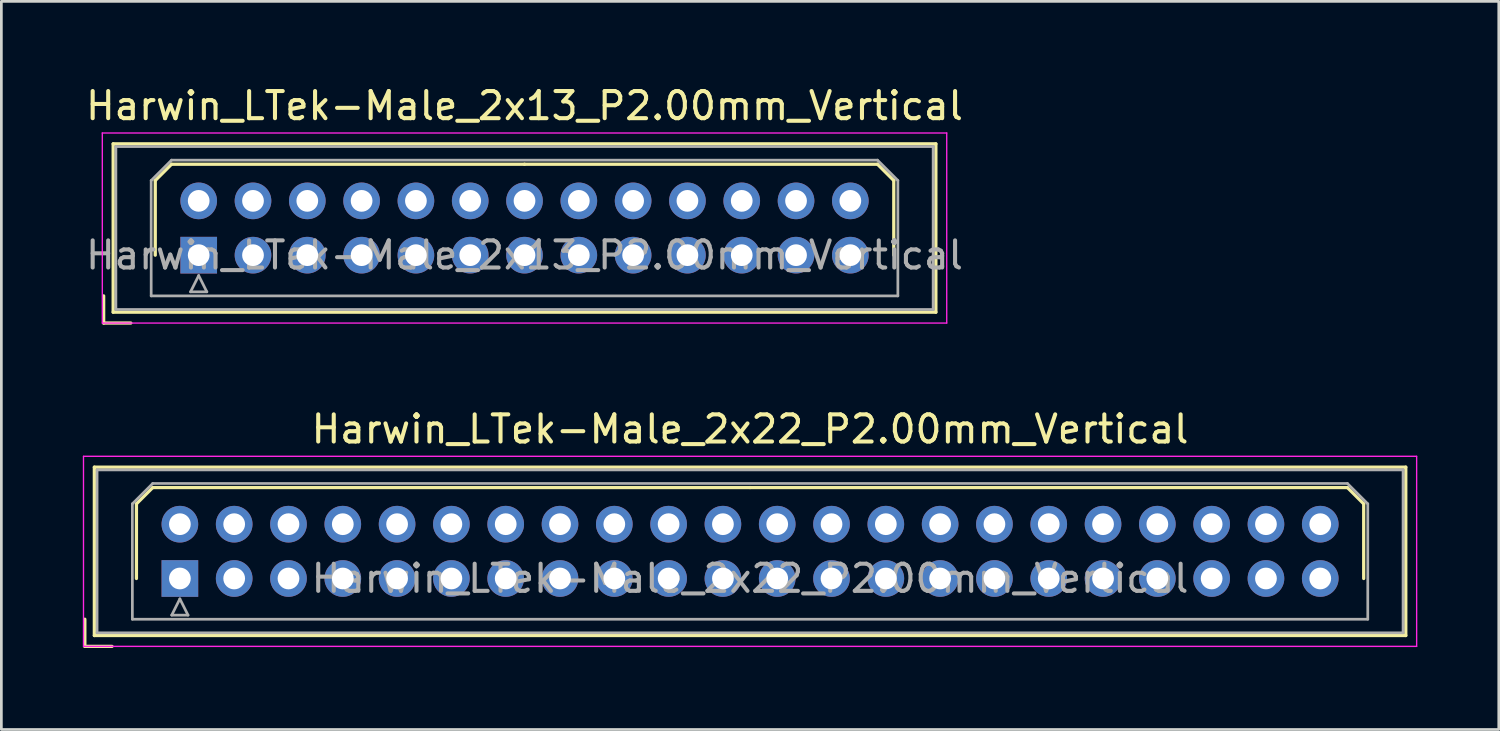
<source format=kicad_pcb>
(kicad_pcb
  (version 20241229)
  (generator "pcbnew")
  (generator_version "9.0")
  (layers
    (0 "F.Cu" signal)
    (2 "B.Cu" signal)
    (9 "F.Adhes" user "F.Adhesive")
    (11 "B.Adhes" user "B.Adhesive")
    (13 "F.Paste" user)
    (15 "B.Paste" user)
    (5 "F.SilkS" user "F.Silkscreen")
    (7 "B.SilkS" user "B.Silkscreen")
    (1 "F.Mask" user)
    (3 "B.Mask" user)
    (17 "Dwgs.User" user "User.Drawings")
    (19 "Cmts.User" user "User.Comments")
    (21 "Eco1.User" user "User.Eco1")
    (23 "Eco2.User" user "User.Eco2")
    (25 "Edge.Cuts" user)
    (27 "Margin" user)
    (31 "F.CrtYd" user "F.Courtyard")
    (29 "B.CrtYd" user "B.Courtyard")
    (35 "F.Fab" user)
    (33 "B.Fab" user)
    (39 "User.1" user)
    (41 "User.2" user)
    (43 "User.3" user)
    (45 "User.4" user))
  (footprint "Harwin_LTek-Male_2x22_P2.00mm_Vertical"
    (layer "F.Cu")
    (at 3.575 18.256)
    (property "Reference" "Harwin_LTek-Male_2x22_P2.00mm_Vertical" (at 21 -5.5 0) (layer "F.SilkS") (effects (font (size 1 1) (thickness 0.15))))
    (attr through_hole)
    (fp_line (start -3.5 1.5) (end -3.5 2.5) (stroke (width 0.12) (type solid)) (layer "F.SilkS"))
    (fp_line (start -3.5 2.5) (end -2.5 2.5) (stroke (width 0.12) (type solid)) (layer "F.SilkS"))
    (fp_line (start -3.15 -4.1) (end -3.15 2.1) (stroke (width 0.12) (type solid)) (layer "F.SilkS"))
    (fp_line (start -3.15 2.1) (end 45.15 2.1) (stroke (width 0.12) (type solid)) (layer "F.SilkS"))
    (fp_line (start -1.6 -2.75) (end -1 -3.35) (stroke (width 0.12) (type solid)) (layer "F.SilkS"))
    (fp_line (start -1.6 0) (end -1.6 -2.75) (stroke (width 0.12) (type solid)) (layer "F.SilkS"))
    (fp_line (start -1 -3.35) (end 21 -3.35) (stroke (width 0.12) (type solid)) (layer "F.SilkS"))
    (fp_line (start 43 -3.35) (end 21 -3.35) (stroke (width 0.12) (type solid)) (layer "F.SilkS"))
    (fp_line (start 43.6 -2.75) (end 43 -3.35) (stroke (width 0.12) (type solid)) (layer "F.SilkS"))
    (fp_line (start 43.6 0) (end 43.6 -2.75) (stroke (width 0.12) (type solid)) (layer "F.SilkS"))
    (fp_line (start 45.15 -4.1) (end -3.15 -4.1) (stroke (width 0.12) (type solid)) (layer "F.SilkS"))
    (fp_line (start 45.15 2.1) (end 45.15 -4.1) (stroke (width 0.12) (type solid)) (layer "F.SilkS"))
    (fp_line (start -3.55 -4.5) (end -3.55 2.5) (stroke (width 0.05) (type solid)) (layer "F.CrtYd"))
    (fp_line (start -3.55 2.5) (end 45.55 2.5) (stroke (width 0.05) (type solid)) (layer "F.CrtYd"))
    (fp_line (start 45.55 -4.5) (end -3.55 -4.5) (stroke (width 0.05) (type solid)) (layer "F.CrtYd"))
    (fp_line (start 45.55 2.5) (end 45.55 -4.5) (stroke (width 0.05) (type solid)) (layer "F.CrtYd"))
    (fp_line (start -3.05 -4) (end -3.05 2) (stroke (width 0.1) (type solid)) (layer "F.Fab"))
    (fp_line (start -3.05 2) (end 45.05 2) (stroke (width 0.1) (type solid)) (layer "F.Fab"))
    (fp_line (start -1.75 -2.75) (end -1 -3.5) (stroke (width 0.1) (type solid)) (layer "F.Fab"))
    (fp_line (start -1.75 1.5) (end -1.75 -2.75) (stroke (width 0.1) (type solid)) (layer "F.Fab"))
    (fp_line (start -1 -3.5) (end 43 -3.5) (stroke (width 0.1) (type solid)) (layer "F.Fab"))
    (fp_line (start -0.3 1.35) (end 0.3 1.35) (stroke (width 0.1) (type solid)) (layer "F.Fab"))
    (fp_line (start 0 0.75) (end -0.3 1.35) (stroke (width 0.1) (type solid)) (layer "F.Fab"))
    (fp_line (start 0.3 1.35) (end 0 0.75) (stroke (width 0.1) (type solid)) (layer "F.Fab"))
    (fp_line (start 43 -3.5) (end 43.75 -2.75) (stroke (width 0.1) (type solid)) (layer "F.Fab"))
    (fp_line (start 43.75 -2.75) (end 43.75 1.5) (stroke (width 0.1) (type solid)) (layer "F.Fab"))
    (fp_line (start 43.75 1.5) (end -1.75 1.5) (stroke (width 0.1) (type solid)) (layer "F.Fab"))
    (fp_line (start 45.05 -4) (end -3.05 -4) (stroke (width 0.1) (type solid)) (layer "F.Fab"))
    (fp_line (start 45.05 2) (end 45.05 -4) (stroke (width 0.1) (type solid)) (layer "F.Fab"))
    (fp_text user "${REFERENCE}" (at 21 0 0) (layer "F.Fab") (effects (font (size 1 1) (thickness 0.15))))
    (pad "1" thru_hole rect (at 0 0) (size 1.35 1.35) (drill 0.8) (layers "*.Cu" "*.Mask"))
    (pad "2" thru_hole circle (at 0 -2) (size 1.35 1.35) (drill 0.8) (layers "*.Cu" "*.Mask"))
    (pad "3" thru_hole circle (at 2 0) (size 1.35 1.35) (drill 0.8) (layers "*.Cu" "*.Mask"))
    (pad "4" thru_hole circle (at 2 -2) (size 1.35 1.35) (drill 0.8) (layers "*.Cu" "*.Mask"))
    (pad "5" thru_hole circle (at 4 0) (size 1.35 1.35) (drill 0.8) (layers "*.Cu" "*.Mask"))
    (pad "6" thru_hole circle (at 4 -2) (size 1.35 1.35) (drill 0.8) (layers "*.Cu" "*.Mask"))
    (pad "7" thru_hole circle (at 6 0) (size 1.35 1.35) (drill 0.8) (layers "*.Cu" "*.Mask"))
    (pad "8" thru_hole circle (at 6 -2) (size 1.35 1.35) (drill 0.8) (layers "*.Cu" "*.Mask"))
    (pad "9" thru_hole circle (at 8 0) (size 1.35 1.35) (drill 0.8) (layers "*.Cu" "*.Mask"))
    (pad "10" thru_hole circle (at 8 -2) (size 1.35 1.35) (drill 0.8) (layers "*.Cu" "*.Mask"))
    (pad "11" thru_hole circle (at 10 0) (size 1.35 1.35) (drill 0.8) (layers "*.Cu" "*.Mask"))
    (pad "12" thru_hole circle (at 10 -2) (size 1.35 1.35) (drill 0.8) (layers "*.Cu" "*.Mask"))
    (pad "13" thru_hole circle (at 12 0) (size 1.35 1.35) (drill 0.8) (layers "*.Cu" "*.Mask"))
    (pad "14" thru_hole circle (at 12 -2) (size 1.35 1.35) (drill 0.8) (layers "*.Cu" "*.Mask"))
    (pad "15" thru_hole circle (at 14 0) (size 1.35 1.35) (drill 0.8) (layers "*.Cu" "*.Mask"))
    (pad "16" thru_hole circle (at 14 -2) (size 1.35 1.35) (drill 0.8) (layers "*.Cu" "*.Mask"))
    (pad "17" thru_hole circle (at 16 0) (size 1.35 1.35) (drill 0.8) (layers "*.Cu" "*.Mask"))
    (pad "18" thru_hole circle (at 16 -2) (size 1.35 1.35) (drill 0.8) (layers "*.Cu" "*.Mask"))
    (pad "19" thru_hole circle (at 18 0) (size 1.35 1.35) (drill 0.8) (layers "*.Cu" "*.Mask"))
    (pad "20" thru_hole circle (at 18 -2) (size 1.35 1.35) (drill 0.8) (layers "*.Cu" "*.Mask"))
    (pad "21" thru_hole circle (at 20 0) (size 1.35 1.35) (drill 0.8) (layers "*.Cu" "*.Mask"))
    (pad "22" thru_hole circle (at 20 -2) (size 1.35 1.35) (drill 0.8) (layers "*.Cu" "*.Mask"))
    (pad "23" thru_hole circle (at 22 0) (size 1.35 1.35) (drill 0.8) (layers "*.Cu" "*.Mask"))
    (pad "24" thru_hole circle (at 22 -2) (size 1.35 1.35) (drill 0.8) (layers "*.Cu" "*.Mask"))
    (pad "25" thru_hole circle (at 24 0) (size 1.35 1.35) (drill 0.8) (layers "*.Cu" "*.Mask"))
    (pad "26" thru_hole circle (at 24 -2) (size 1.35 1.35) (drill 0.8) (layers "*.Cu" "*.Mask"))
    (pad "27" thru_hole circle (at 26 0) (size 1.35 1.35) (drill 0.8) (layers "*.Cu" "*.Mask"))
    (pad "28" thru_hole circle (at 26 -2) (size 1.35 1.35) (drill 0.8) (layers "*.Cu" "*.Mask"))
    (pad "29" thru_hole circle (at 28 0) (size 1.35 1.35) (drill 0.8) (layers "*.Cu" "*.Mask"))
    (pad "30" thru_hole circle (at 28 -2) (size 1.35 1.35) (drill 0.8) (layers "*.Cu" "*.Mask"))
    (pad "31" thru_hole circle (at 30 0) (size 1.35 1.35) (drill 0.8) (layers "*.Cu" "*.Mask"))
    (pad "32" thru_hole circle (at 30 -2) (size 1.35 1.35) (drill 0.8) (layers "*.Cu" "*.Mask"))
    (pad "33" thru_hole circle (at 32 0) (size 1.35 1.35) (drill 0.8) (layers "*.Cu" "*.Mask"))
    (pad "34" thru_hole circle (at 32 -2) (size 1.35 1.35) (drill 0.8) (layers "*.Cu" "*.Mask"))
    (pad "35" thru_hole circle (at 34 0) (size 1.35 1.35) (drill 0.8) (layers "*.Cu" "*.Mask"))
    (pad "36" thru_hole circle (at 34 -2) (size 1.35 1.35) (drill 0.8) (layers "*.Cu" "*.Mask"))
    (pad "37" thru_hole circle (at 36 0) (size 1.35 1.35) (drill 0.8) (layers "*.Cu" "*.Mask"))
    (pad "38" thru_hole circle (at 36 -2) (size 1.35 1.35) (drill 0.8) (layers "*.Cu" "*.Mask"))
    (pad "39" thru_hole circle (at 38 0) (size 1.35 1.35) (drill 0.8) (layers "*.Cu" "*.Mask"))
    (pad "40" thru_hole circle (at 38 -2) (size 1.35 1.35) (drill 0.8) (layers "*.Cu" "*.Mask"))
    (pad "41" thru_hole circle (at 40 0) (size 1.35 1.35) (drill 0.8) (layers "*.Cu" "*.Mask"))
    (pad "42" thru_hole circle (at 40 -2) (size 1.35 1.35) (drill 0.8) (layers "*.Cu" "*.Mask"))
    (pad "43" thru_hole circle (at 42 0) (size 1.35 1.35) (drill 0.8) (layers "*.Cu" "*.Mask"))
    (pad "44" thru_hole circle (at 42 -2) (size 1.35 1.35) (drill 0.8) (layers "*.Cu" "*.Mask")))
  (footprint "Harwin_LTek-Male_2x13_P2.00mm_Vertical"
    (layer "F.Cu")
    (at 4.268 6.348)
    (property "Reference" "Harwin_LTek-Male_2x13_P2.00mm_Vertical" (at 12 -5.5 0) (layer "F.SilkS") (effects (font (size 1 1) (thickness 0.15))))
    (attr through_hole)
    (fp_line (start -3.5 1.5) (end -3.5 2.5) (stroke (width 0.12) (type solid)) (layer "F.SilkS"))
    (fp_line (start -3.5 2.5) (end -2.5 2.5) (stroke (width 0.12) (type solid)) (layer "F.SilkS"))
    (fp_line (start -3.15 -4.1) (end -3.15 2.1) (stroke (width 0.12) (type solid)) (layer "F.SilkS"))
    (fp_line (start -3.15 2.1) (end 27.15 2.1) (stroke (width 0.12) (type solid)) (layer "F.SilkS"))
    (fp_line (start -1.6 -2.75) (end -1 -3.35) (stroke (width 0.12) (type solid)) (layer "F.SilkS"))
    (fp_line (start -1.6 0) (end -1.6 -2.75) (stroke (width 0.12) (type solid)) (layer "F.SilkS"))
    (fp_line (start -1 -3.35) (end 12 -3.35) (stroke (width 0.12) (type solid)) (layer "F.SilkS"))
    (fp_line (start 25 -3.35) (end 12 -3.35) (stroke (width 0.12) (type solid)) (layer "F.SilkS"))
    (fp_line (start 25.6 -2.75) (end 25 -3.35) (stroke (width 0.12) (type solid)) (layer "F.SilkS"))
    (fp_line (start 25.6 0) (end 25.6 -2.75) (stroke (width 0.12) (type solid)) (layer "F.SilkS"))
    (fp_line (start 27.15 -4.1) (end -3.15 -4.1) (stroke (width 0.12) (type solid)) (layer "F.SilkS"))
    (fp_line (start 27.15 2.1) (end 27.15 -4.1) (stroke (width 0.12) (type solid)) (layer "F.SilkS"))
    (fp_line (start -3.55 -4.5) (end -3.55 2.5) (stroke (width 0.05) (type solid)) (layer "F.CrtYd"))
    (fp_line (start -3.55 2.5) (end 27.55 2.5) (stroke (width 0.05) (type solid)) (layer "F.CrtYd"))
    (fp_line (start 27.55 -4.5) (end -3.55 -4.5) (stroke (width 0.05) (type solid)) (layer "F.CrtYd"))
    (fp_line (start 27.55 2.5) (end 27.55 -4.5) (stroke (width 0.05) (type solid)) (layer "F.CrtYd"))
    (fp_line (start -3.05 -4) (end -3.05 2) (stroke (width 0.1) (type solid)) (layer "F.Fab"))
    (fp_line (start -3.05 2) (end 27.05 2) (stroke (width 0.1) (type solid)) (layer "F.Fab"))
    (fp_line (start -1.75 -2.75) (end -1 -3.5) (stroke (width 0.1) (type solid)) (layer "F.Fab"))
    (fp_line (start -1.75 1.5) (end -1.75 -2.75) (stroke (width 0.1) (type solid)) (layer "F.Fab"))
    (fp_line (start -1 -3.5) (end 25 -3.5) (stroke (width 0.1) (type solid)) (layer "F.Fab"))
    (fp_line (start -0.3 1.35) (end 0.3 1.35) (stroke (width 0.1) (type solid)) (layer "F.Fab"))
    (fp_line (start 0 0.75) (end -0.3 1.35) (stroke (width 0.1) (type solid)) (layer "F.Fab"))
    (fp_line (start 0.3 1.35) (end 0 0.75) (stroke (width 0.1) (type solid)) (layer "F.Fab"))
    (fp_line (start 25 -3.5) (end 25.75 -2.75) (stroke (width 0.1) (type solid)) (layer "F.Fab"))
    (fp_line (start 25.75 -2.75) (end 25.75 1.5) (stroke (width 0.1) (type solid)) (layer "F.Fab"))
    (fp_line (start 25.75 1.5) (end -1.75 1.5) (stroke (width 0.1) (type solid)) (layer "F.Fab"))
    (fp_line (start 27.05 -4) (end -3.05 -4) (stroke (width 0.1) (type solid)) (layer "F.Fab"))
    (fp_line (start 27.05 2) (end 27.05 -4) (stroke (width 0.1) (type solid)) (layer "F.Fab"))
    (fp_text user "${REFERENCE}" (at 12 0 0) (layer "F.Fab") (effects (font (size 1 1) (thickness 0.15))))
    (pad "1" thru_hole rect (at 0 0) (size 1.35 1.35) (drill 0.8) (layers "*.Cu" "*.Mask"))
    (pad "2" thru_hole circle (at 0 -2) (size 1.35 1.35) (drill 0.8) (layers "*.Cu" "*.Mask"))
    (pad "3" thru_hole circle (at 2 0) (size 1.35 1.35) (drill 0.8) (layers "*.Cu" "*.Mask"))
    (pad "4" thru_hole circle (at 2 -2) (size 1.35 1.35) (drill 0.8) (layers "*.Cu" "*.Mask"))
    (pad "5" thru_hole circle (at 4 0) (size 1.35 1.35) (drill 0.8) (layers "*.Cu" "*.Mask"))
    (pad "6" thru_hole circle (at 4 -2) (size 1.35 1.35) (drill 0.8) (layers "*.Cu" "*.Mask"))
    (pad "7" thru_hole circle (at 6 0) (size 1.35 1.35) (drill 0.8) (layers "*.Cu" "*.Mask"))
    (pad "8" thru_hole circle (at 6 -2) (size 1.35 1.35) (drill 0.8) (layers "*.Cu" "*.Mask"))
    (pad "9" thru_hole circle (at 8 0) (size 1.35 1.35) (drill 0.8) (layers "*.Cu" "*.Mask"))
    (pad "10" thru_hole circle (at 8 -2) (size 1.35 1.35) (drill 0.8) (layers "*.Cu" "*.Mask"))
    (pad "11" thru_hole circle (at 10 0) (size 1.35 1.35) (drill 0.8) (layers "*.Cu" "*.Mask"))
    (pad "12" thru_hole circle (at 10 -2) (size 1.35 1.35) (drill 0.8) (layers "*.Cu" "*.Mask"))
    (pad "13" thru_hole circle (at 12 0) (size 1.35 1.35) (drill 0.8) (layers "*.Cu" "*.Mask"))
    (pad "14" thru_hole circle (at 12 -2) (size 1.35 1.35) (drill 0.8) (layers "*.Cu" "*.Mask"))
    (pad "15" thru_hole circle (at 14 0) (size 1.35 1.35) (drill 0.8) (layers "*.Cu" "*.Mask"))
    (pad "16" thru_hole circle (at 14 -2) (size 1.35 1.35) (drill 0.8) (layers "*.Cu" "*.Mask"))
    (pad "17" thru_hole circle (at 16 0) (size 1.35 1.35) (drill 0.8) (layers "*.Cu" "*.Mask"))
    (pad "18" thru_hole circle (at 16 -2) (size 1.35 1.35) (drill 0.8) (layers "*.Cu" "*.Mask"))
    (pad "19" thru_hole circle (at 18 0) (size 1.35 1.35) (drill 0.8) (layers "*.Cu" "*.Mask"))
    (pad "20" thru_hole circle (at 18 -2) (size 1.35 1.35) (drill 0.8) (layers "*.Cu" "*.Mask"))
    (pad "21" thru_hole circle (at 20 0) (size 1.35 1.35) (drill 0.8) (layers "*.Cu" "*.Mask"))
    (pad "22" thru_hole circle (at 20 -2) (size 1.35 1.35) (drill 0.8) (layers "*.Cu" "*.Mask"))
    (pad "23" thru_hole circle (at 22 0) (size 1.35 1.35) (drill 0.8) (layers "*.Cu" "*.Mask"))
    (pad "24" thru_hole circle (at 22 -2) (size 1.35 1.35) (drill 0.8) (layers "*.Cu" "*.Mask"))
    (pad "25" thru_hole circle (at 24 0) (size 1.35 1.35) (drill 0.8) (layers "*.Cu" "*.Mask"))
    (pad "26" thru_hole circle (at 24 -2) (size 1.35 1.35) (drill 0.8) (layers "*.Cu" "*.Mask")))
  (gr_rect
    (start -3 -3)
    (end 52.15 23.817)
    (stroke (width 0.1) (type default))
    (fill no)
    (layer "Edge.Cuts")))
</source>
